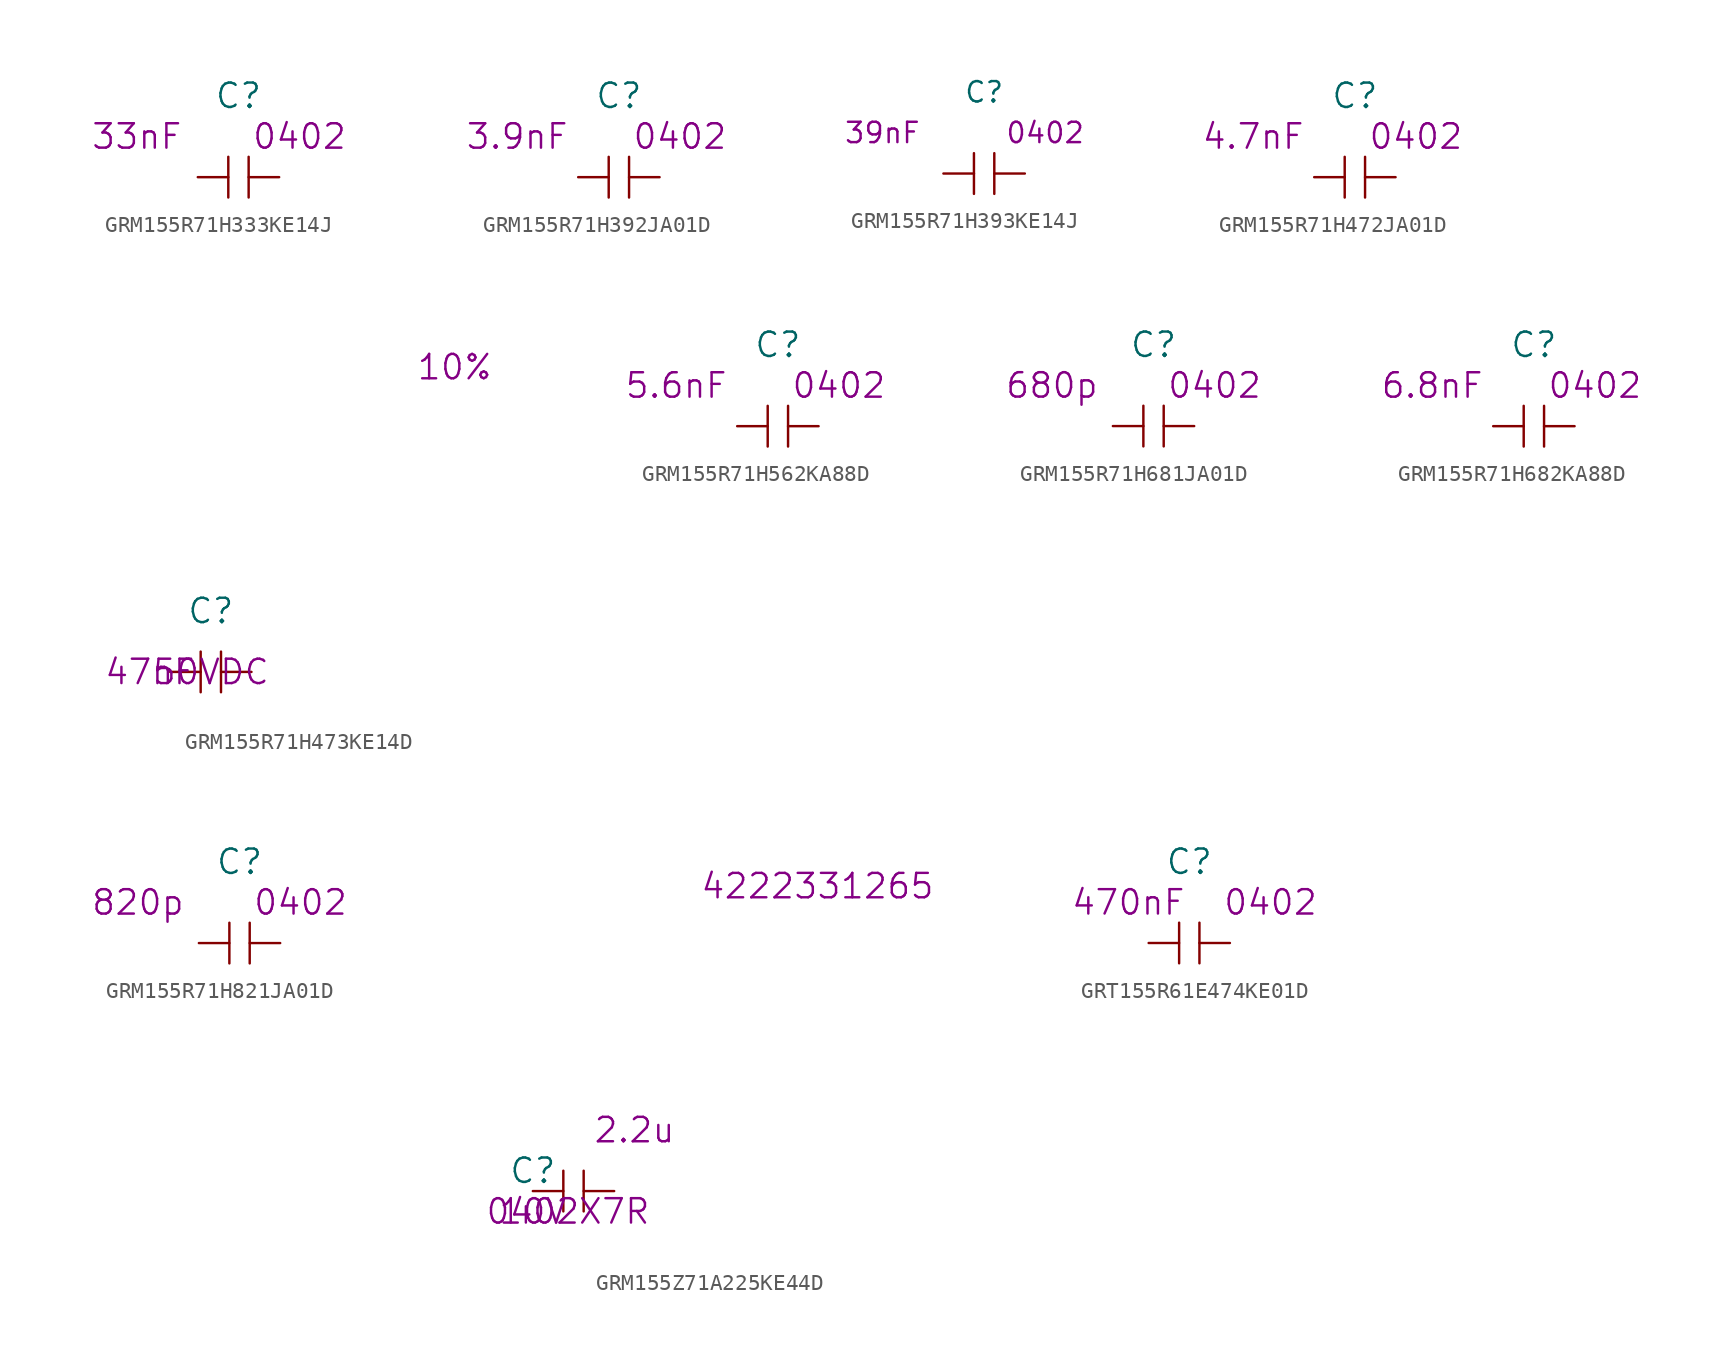
<source format=kicad_sym>
(kicad_symbol_lib
  (version 20220914)
  (generator kicad_symbol_editor)
  (symbol "GRM155R71H333KE14J"
    (pin_numbers hide)
    (pin_names
      (offset 1.016) hide)
    (property "Reference" "C"
      (at 0 5.08 0)
      (effects (font (size 1.524 1.524))))
    (property "Datasheet" ""
      (at 0 5.08 0)
      (effects (font (size 1.524 1.524))))
    (property "Value2" "33nF"
      (at -6.35 2.54 0)
      (effects (font (size 1.524 1.524))))
    (property "Size" "0402"
      (at 3.81 2.54 0)
      (effects (font (size 1.524 1.524))))
    (symbol "GRM155R71H333KE14J_0_1"
      (polyline (pts (xy -0.635 -1.27) (xy -0.635 1.27)) (stroke (width 0) (type solid)) (fill (type none)))
      (polyline (pts (xy 0.635 1.27) (xy 0.635 -1.27)) (stroke (width 0) (type solid)) (fill (type none))))
    (symbol "GRM155R71H333KE14J_1_1"
      (pin passive line (at -2.54 0 0) (length 1.905) (name "1" (effects (font (size 1.27 1.27)))) (number "1" (effects (font (size 1.27 1.27)))))
      (pin passive line (at 2.54 0 180) (length 1.905) (name "2" (effects (font (size 1.27 1.27)))) (number "2" (effects (font (size 1.27 1.27)))))))
  (symbol "GRM155R71H392JA01D"
    (pin_numbers hide)
    (pin_names
      (offset 1.016) hide)
    (property "Reference" "C"
      (at 0 5.08 0)
      (effects (font (size 1.524 1.524))))
    (property "Datasheet" ""
      (at 0 5.08 0)
      (effects (font (size 1.524 1.524))))
    (property "Value2" "3.9nF"
      (at -6.35 2.54 0)
      (effects (font (size 1.524 1.524))))
    (property "Size" "0402"
      (at 3.81 2.54 0)
      (effects (font (size 1.524 1.524))))
    (symbol "GRM155R71H392JA01D_0_1"
      (polyline (pts (xy -0.635 -1.27) (xy -0.635 1.27)) (stroke (width 0) (type solid)) (fill (type none)))
      (polyline (pts (xy 0.635 1.27) (xy 0.635 -1.27)) (stroke (width 0) (type solid)) (fill (type none))))
    (symbol "GRM155R71H392JA01D_1_1"
      (pin passive line (at -2.54 0 0) (length 1.905) (name "1" (effects (font (size 1.27 1.27)))) (number "1" (effects (font (size 1.27 1.27)))))
      (pin passive line (at 2.54 0 180) (length 1.905) (name "2" (effects (font (size 1.27 1.27)))) (number "2" (effects (font (size 1.27 1.27)))))))
  (symbol "GRM155R71H393KE14J"
    (pin_numbers hide)
    (pin_names
      (offset 1.016) hide)
    (property "Reference" "C"
      (at 0 5.08 0)
      (effects (font (size 1.27 1.27))))
    (property "Datasheet" ""
      (at 0 5.08 0)
      (effects (font (size 1.524 1.524))))
    (property "Value2" "39nF"
      (at -6.35 2.54 0)
      (effects (font (size 1.27 1.27))))
    (property "Size" "0402"
      (at 3.81 2.54 0)
      (effects (font (size 1.27 1.27))))
    (symbol "GRM155R71H393KE14J_0_1"
      (polyline (pts (xy -0.635 -1.27) (xy -0.635 1.27)) (stroke (width 0) (type solid)) (fill (type none)))
      (polyline (pts (xy 0.635 1.27) (xy 0.635 -1.27)) (stroke (width 0) (type solid)) (fill (type none))))
    (symbol "GRM155R71H393KE14J_1_1"
      (pin passive line (at -2.54 0 0) (length 1.905) (name "1" (effects (font (size 1.27 1.27)))) (number "1" (effects (font (size 1.27 1.27)))))
      (pin passive line (at 2.54 0 180) (length 1.905) (name "2" (effects (font (size 1.27 1.27)))) (number "2" (effects (font (size 1.27 1.27)))))))
  (symbol "GRM155R71H472JA01D"
    (pin_numbers hide)
    (pin_names
      (offset 1.016) hide)
    (property "Reference" "C"
      (at 0 5.08 0)
      (effects (font (size 1.524 1.524))))
    (property "Datasheet" ""
      (at 0 5.08 0)
      (effects (font (size 1.524 1.524))))
    (property "Value2" "4.7nF"
      (at -6.35 2.54 0)
      (effects (font (size 1.524 1.524))))
    (property "Size" "0402"
      (at 3.81 2.54 0)
      (effects (font (size 1.524 1.524))))
    (symbol "GRM155R71H472JA01D_0_1"
      (polyline (pts (xy -0.635 -1.27) (xy -0.635 1.27)) (stroke (width 0) (type solid)) (fill (type none)))
      (polyline (pts (xy 0.635 1.27) (xy 0.635 -1.27)) (stroke (width 0) (type solid)) (fill (type none))))
    (symbol "GRM155R71H472JA01D_1_1"
      (pin passive line (at -2.54 0 0) (length 1.905) (name "1" (effects (font (size 1.27 1.27)))) (number "1" (effects (font (size 1.27 1.27)))))
      (pin passive line (at 2.54 0 180) (length 1.905) (name "2" (effects (font (size 1.27 1.27)))) (number "2" (effects (font (size 1.27 1.27)))))))
  (symbol "GRM155R71H473KE14D"
    (pin_numbers hide)
    (pin_names
      (offset 1.016) hide)
    (property "Reference" "C"
      (at 0 3.81 0)
      (effects (font (size 1.524 1.524))))
    (property "Value2" "47nF"
      (at -3.81 0 0)
      (effects (font (size 1.524 1.524))))
    (property "Rating" "50VDC"
      (at 0 0 0)
      (effects (font (size 1.524 1.524))))
    (property "Tolerance" "10%"
      (at 15.24 19.05 0)
      (effects (font (size 1.524 1.524))))
    (symbol "GRM155R71H473KE14D_0_1"
      (polyline (pts (xy -0.635 -1.27) (xy -0.635 1.27)) (stroke (width 0) (type solid)) (fill (type none)))
      (polyline (pts (xy 0.635 1.27) (xy 0.635 -1.27)) (stroke (width 0) (type solid)) (fill (type none))))
    (symbol "GRM155R71H473KE14D_1_1"
      (pin passive line (at -2.54 0 0) (length 1.905) (name "1" (effects (font (size 1.27 1.27)))) (number "1" (effects (font (size 1.27 1.27)))))
      (pin passive line (at 2.54 0 180) (length 1.905) (name "2" (effects (font (size 1.27 1.27)))) (number "2" (effects (font (size 1.27 1.27)))))))
  (symbol "GRM155R71H562KA88D"
    (pin_numbers hide)
    (pin_names
      (offset 1.016) hide)
    (property "Reference" "C"
      (at 0 5.08 0)
      (effects (font (size 1.524 1.524))))
    (property "Datasheet" ""
      (at 0 5.08 0)
      (effects (font (size 1.524 1.524))))
    (property "Value2" "5.6nF"
      (at -6.35 2.54 0)
      (effects (font (size 1.524 1.524))))
    (property "Size" "0402"
      (at 3.81 2.54 0)
      (effects (font (size 1.524 1.524))))
    (symbol "GRM155R71H562KA88D_0_1"
      (polyline (pts (xy -0.635 -1.27) (xy -0.635 1.27)) (stroke (width 0) (type solid)) (fill (type none)))
      (polyline (pts (xy 0.635 1.27) (xy 0.635 -1.27)) (stroke (width 0) (type solid)) (fill (type none))))
    (symbol "GRM155R71H562KA88D_1_1"
      (pin passive line (at -2.54 0 0) (length 1.905) (name "1" (effects (font (size 1.27 1.27)))) (number "1" (effects (font (size 1.27 1.27)))))
      (pin passive line (at 2.54 0 180) (length 1.905) (name "2" (effects (font (size 1.27 1.27)))) (number "2" (effects (font (size 1.27 1.27)))))))
  (symbol "GRM155R71H681JA01D"
    (pin_numbers hide)
    (pin_names
      (offset 1.016) hide)
    (property "Reference" "C"
      (at 0 5.08 0)
      (effects (font (size 1.524 1.524))))
    (property "Datasheet" ""
      (at 0 5.08 0)
      (effects (font (size 1.524 1.524))))
    (property "Value2" "680p"
      (at -6.35 2.54 0)
      (effects (font (size 1.524 1.524))))
    (property "Size" "0402"
      (at 3.81 2.54 0)
      (effects (font (size 1.524 1.524))))
    (symbol "GRM155R71H681JA01D_0_1"
      (polyline (pts (xy -0.635 -1.27) (xy -0.635 1.27)) (stroke (width 0) (type solid)) (fill (type none)))
      (polyline (pts (xy 0.635 1.27) (xy 0.635 -1.27)) (stroke (width 0) (type solid)) (fill (type none))))
    (symbol "GRM155R71H681JA01D_1_1"
      (pin passive line (at -2.54 0 0) (length 1.905) (name "1" (effects (font (size 1.27 1.27)))) (number "1" (effects (font (size 1.27 1.27)))))
      (pin passive line (at 2.54 0 180) (length 1.905) (name "2" (effects (font (size 1.27 1.27)))) (number "2" (effects (font (size 1.27 1.27)))))))
  (symbol "GRM155R71H682KA88D"
    (pin_numbers hide)
    (pin_names
      (offset 1.016) hide)
    (property "Reference" "C"
      (at 0 5.08 0)
      (effects (font (size 1.524 1.524))))
    (property "Datasheet" ""
      (at 0 5.08 0)
      (effects (font (size 1.524 1.524))))
    (property "Value2" "6.8nF"
      (at -6.35 2.54 0)
      (effects (font (size 1.524 1.524))))
    (property "Size" "0402"
      (at 3.81 2.54 0)
      (effects (font (size 1.524 1.524))))
    (symbol "GRM155R71H682KA88D_0_1"
      (polyline (pts (xy -0.635 -1.27) (xy -0.635 1.27)) (stroke (width 0) (type solid)) (fill (type none)))
      (polyline (pts (xy 0.635 1.27) (xy 0.635 -1.27)) (stroke (width 0) (type solid)) (fill (type none))))
    (symbol "GRM155R71H682KA88D_1_1"
      (pin passive line (at -2.54 0 0) (length 1.905) (name "1" (effects (font (size 1.27 1.27)))) (number "1" (effects (font (size 1.27 1.27)))))
      (pin passive line (at 2.54 0 180) (length 1.905) (name "2" (effects (font (size 1.27 1.27)))) (number "2" (effects (font (size 1.27 1.27)))))))
  (symbol "GRM155R71H821JA01D"
    (pin_numbers hide)
    (pin_names
      (offset 1.016) hide)
    (property "Reference" "C"
      (at 0 5.08 0)
      (effects (font (size 1.524 1.524))))
    (property "Datasheet" ""
      (at 0 5.08 0)
      (effects (font (size 1.524 1.524))))
    (property "Value2" "820p"
      (at -6.35 2.54 0)
      (effects (font (size 1.524 1.524))))
    (property "Size" "0402"
      (at 3.81 2.54 0)
      (effects (font (size 1.524 1.524))))
    (symbol "GRM155R71H821JA01D_0_1"
      (polyline (pts (xy -0.635 -1.27) (xy -0.635 1.27)) (stroke (width 0) (type solid)) (fill (type none)))
      (polyline (pts (xy 0.635 1.27) (xy 0.635 -1.27)) (stroke (width 0) (type solid)) (fill (type none))))
    (symbol "GRM155R71H821JA01D_1_1"
      (pin passive line (at -2.54 0 0) (length 1.905) (name "1" (effects (font (size 1.27 1.27)))) (number "1" (effects (font (size 1.27 1.27)))))
      (pin passive line (at 2.54 0 180) (length 1.905) (name "2" (effects (font (size 1.27 1.27)))) (number "2" (effects (font (size 1.27 1.27)))))))
  (symbol "GRM155Z71A225KE44D"
    (pin_numbers hide)
    (pin_names
      (offset 1.016) hide)
    (property "Reference" "C"
      (at -2.54 1.27 0)
      (effects (font (size 1.524 1.524))))
    (property "Value2" "2.2u"
      (at 3.81 3.81 0)
      (effects (font (size 1.524 1.524))))
    (property "Voltage" "10V"
      (at -2.54 -1.27 0)
      (effects (font (size 1.524 1.524))))
    (property "Dielectric" "X7R"
      (at 2.54 -1.27 0)
      (effects (font (size 1.524 1.524))))
    (property "Size" "0402"
      (at -2.54 -1.27 0)
      (effects (font (size 1.524 1.524))))
    (property "AC" "4222331265"
      (at 15.24 19.05 0)
      (effects (font (size 1.524 1.524))))
    (symbol "GRM155Z71A225KE44D_0_1"
      (polyline (pts (xy -0.635 -1.27) (xy -0.635 1.27)) (stroke (width 0) (type solid)) (fill (type none)))
      (polyline (pts (xy 0.635 1.27) (xy 0.635 -1.27)) (stroke (width 0) (type solid)) (fill (type none))))
    (symbol "GRM155Z71A225KE44D_1_1"
      (pin passive line (at -2.54 0 0) (length 1.905) (name "1" (effects (font (size 1.27 1.27)))) (number "1" (effects (font (size 1.27 1.27)))))
      (pin passive line (at 2.54 0 180) (length 1.905) (name "2" (effects (font (size 1.27 1.27)))) (number "2" (effects (font (size 1.27 1.27)))))))
  (symbol "GRT155R61E474KE01D"
    (pin_numbers hide)
    (pin_names
      (offset 1.016) hide)
    (property "Reference" "C"
      (at 0 5.08 0)
      (effects (font (size 1.524 1.524))))
    (property "Datasheet" ""
      (at 0 5.08 0)
      (effects (font (size 1.524 1.524))))
    (property "Value2" "470nF"
      (at -3.81 2.54 0)
      (effects (font (size 1.524 1.524))))
    (property "Size" "0402"
      (at 5.08 2.54 0)
      (effects (font (size 1.524 1.524))))
    (symbol "GRT155R61E474KE01D_0_1"
      (polyline (pts (xy -0.635 -1.27) (xy -0.635 1.27)) (stroke (width 0) (type solid)) (fill (type none)))
      (polyline (pts (xy 0.635 1.27) (xy 0.635 -1.27)) (stroke (width 0) (type solid)) (fill (type none))))
    (symbol "GRT155R61E474KE01D_1_1"
      (pin passive line (at -2.54 0 0) (length 1.905) (name "1" (effects (font (size 1.27 1.27)))) (number "1" (effects (font (size 1.27 1.27)))))
      (pin passive line (at 2.54 0 180) (length 1.905) (name "2" (effects (font (size 1.27 1.27)))) (number "2" (effects (font (size 1.27 1.27))))))))
</source>
